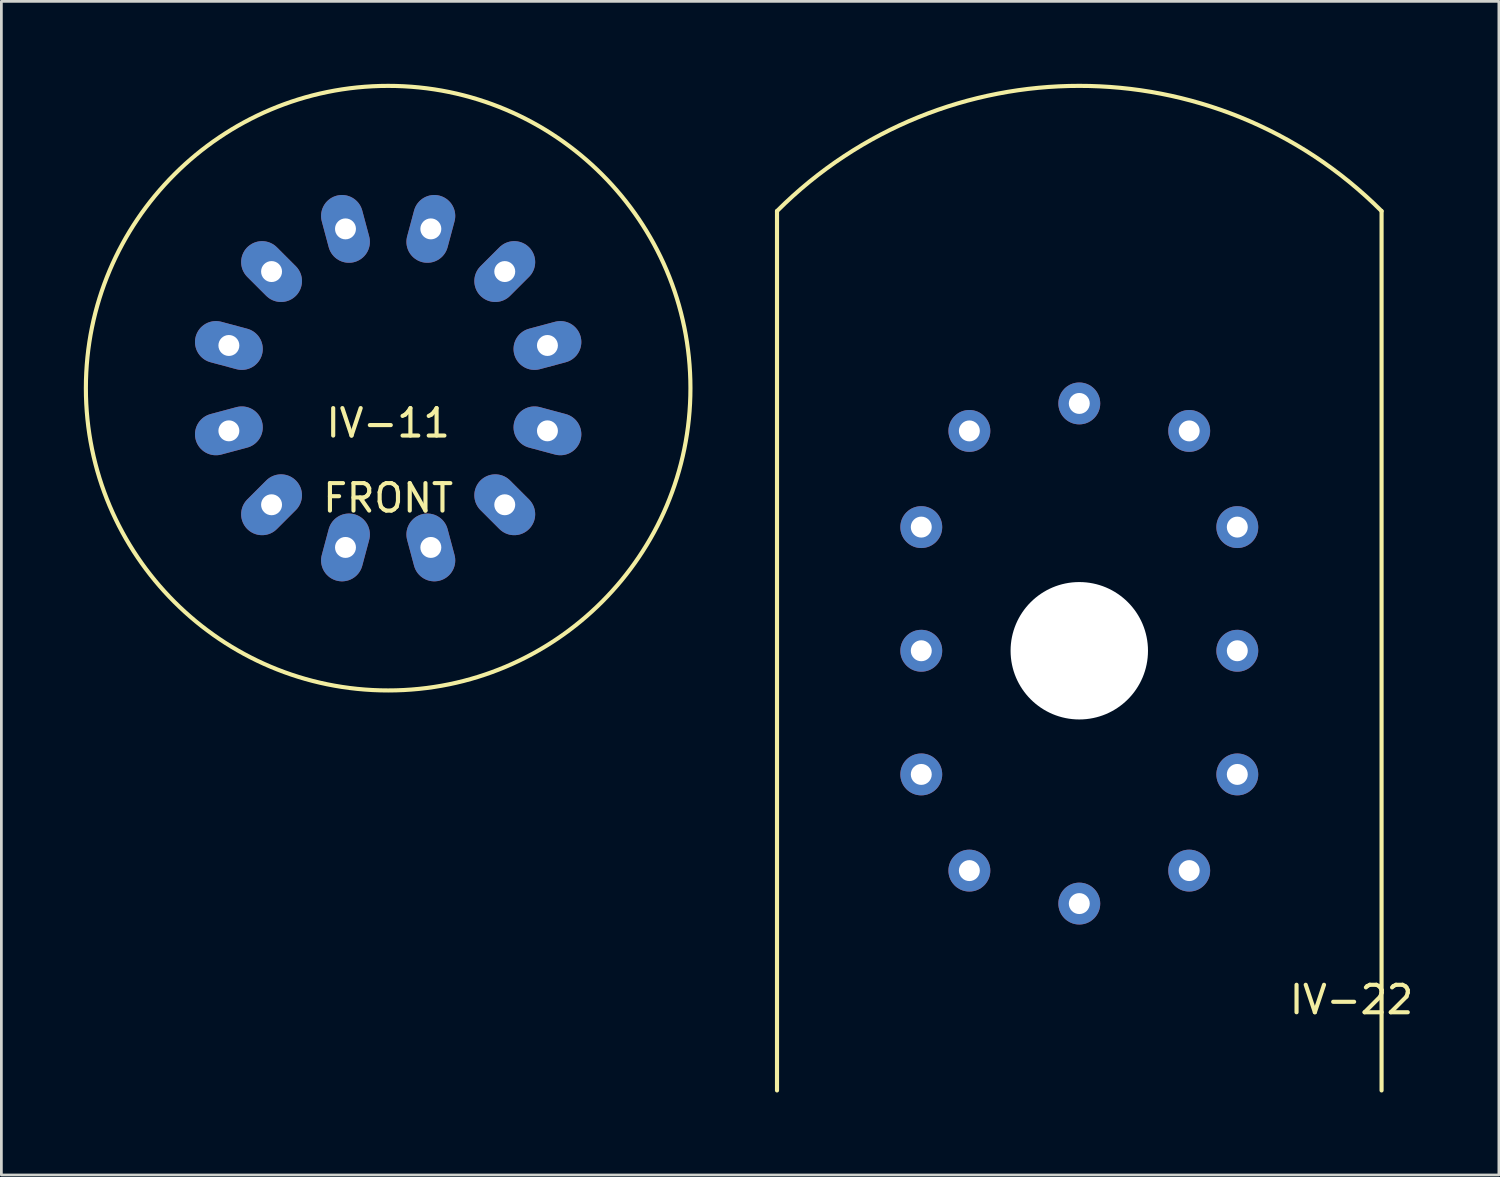
<source format=kicad_pcb>
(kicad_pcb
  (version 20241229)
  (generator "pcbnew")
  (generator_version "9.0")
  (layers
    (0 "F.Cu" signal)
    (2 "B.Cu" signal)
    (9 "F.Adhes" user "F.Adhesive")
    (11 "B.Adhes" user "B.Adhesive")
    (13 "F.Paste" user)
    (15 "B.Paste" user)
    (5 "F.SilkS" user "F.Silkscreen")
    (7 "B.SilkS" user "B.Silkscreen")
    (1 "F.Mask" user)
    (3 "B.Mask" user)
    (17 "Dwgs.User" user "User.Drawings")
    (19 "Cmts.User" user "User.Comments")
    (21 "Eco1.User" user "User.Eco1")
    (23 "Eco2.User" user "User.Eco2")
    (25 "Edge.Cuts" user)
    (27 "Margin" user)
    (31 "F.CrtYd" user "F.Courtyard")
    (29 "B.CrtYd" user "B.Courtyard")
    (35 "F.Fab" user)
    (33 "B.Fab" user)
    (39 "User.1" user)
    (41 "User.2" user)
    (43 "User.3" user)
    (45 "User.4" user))
  (footprint "IV-11"
    (layer "F.Cu")
    (at 11.075 11.075)
    (property "Reference" "IV-11" (at 0 1.27 0) (layer "F.SilkS") (effects (font (size 1 1) (thickness 0.15))))
    (attr through_hole)
    (fp_circle (center 0 0) (end 11 0) (stroke (width 0.15) (type solid)) (fill no) (layer "F.SilkS"))
    (fp_text user "FRONT" (at 0 4 0) (layer "F.SilkS") (effects (font (size 1 1) (thickness 0.15))))
    (pad "1" thru_hole oval (at 1.553 5.796 105) (size 2.5 1.524) (drill 0.762) (layers "*.Cu" "*.Mask"))
    (pad "2" thru_hole oval (at 4.243 4.243 135) (size 2.5 1.524) (drill 0.762) (layers "*.Cu" "*.Mask"))
    (pad "3" thru_hole oval (at 5.796 1.553 165) (size 2.5 1.524) (drill 0.762) (layers "*.Cu" "*.Mask"))
    (pad "4" thru_hole oval (at 5.796 -1.553 195) (size 2.5 1.524) (drill 0.762) (layers "*.Cu" "*.Mask"))
    (pad "5" thru_hole oval (at 4.243 -4.243 225) (size 2.5 1.524) (drill 0.762) (layers "*.Cu" "*.Mask"))
    (pad "6" thru_hole oval (at 1.553 -5.796 255) (size 2.5 1.524) (drill 0.762) (layers "*.Cu" "*.Mask"))
    (pad "7" thru_hole oval (at -1.553 -5.796 285) (size 2.5 1.524) (drill 0.762) (layers "*.Cu" "*.Mask"))
    (pad "8" thru_hole oval (at -4.243 -4.243 315) (size 2.5 1.524) (drill 0.762) (layers "*.Cu" "*.Mask"))
    (pad "9" thru_hole oval (at -5.796 -1.553 345) (size 2.5 1.524) (drill 0.762) (layers "*.Cu" "*.Mask"))
    (pad "10" thru_hole oval (at -5.796 1.553 15) (size 2.5 1.524) (drill 0.762) (layers "*.Cu" "*.Mask"))
    (pad "11" thru_hole oval (at -4.243 4.243 45) (size 2.5 1.524) (drill 0.762) (layers "*.Cu" "*.Mask"))
    (pad "12" thru_hole oval (at -1.553 5.796 75) (size 2.5 1.524) (drill 0.762) (layers "*.Cu" "*.Mask")))
  (footprint "IV-22"
    (layer "F.Cu")
    (at 36.225 20.631)
    (property "Reference" "IV-22" (at 9.906 12.7 0) (layer "F.SilkS") (effects (font (size 1 1) (thickness 0.15))))
    (attr through_hole)
    (fp_line (start -11 -16) (end -11 16) (stroke (width 0.15) (type solid)) (layer "F.SilkS"))
    (fp_line (start 11 -16) (end 11 16) (stroke (width 0.15) (type solid)) (layer "F.SilkS"))
    (fp_arc (start -11 -16) (mid 0 -20.556349) (end 11 -16) (stroke (width 0.15) (type solid)) (layer "F.SilkS"))
    (pad "" np_thru_hole circle (at 0 0) (size 5 5) (drill 5) (layers "*.Cu" "*.Mask"))
    (pad "1" thru_hole circle (at 4 -8) (size 1.524 1.524) (drill 0.762) (layers "*.Cu" "*.Mask"))
    (pad "2" thru_hole circle (at 5.75 -4.5) (size 1.524 1.524) (drill 0.762) (layers "*.Cu" "*.Mask"))
    (pad "3" thru_hole circle (at 5.75 0) (size 1.524 1.524) (drill 0.762) (layers "*.Cu" "*.Mask"))
    (pad "4" thru_hole circle (at 5.75 4.5) (size 1.524 1.524) (drill 0.762) (layers "*.Cu" "*.Mask"))
    (pad "5" thru_hole circle (at 4 8) (size 1.524 1.524) (drill 0.762) (layers "*.Cu" "*.Mask"))
    (pad "6" thru_hole circle (at 0 9.2) (size 1.524 1.524) (drill 0.762) (layers "*.Cu" "*.Mask"))
    (pad "7" thru_hole circle (at -4 8) (size 1.524 1.524) (drill 0.762) (layers "*.Cu" "*.Mask"))
    (pad "8" thru_hole circle (at -5.75 4.5) (size 1.524 1.524) (drill 0.762) (layers "*.Cu" "*.Mask"))
    (pad "9" thru_hole circle (at -5.75 0) (size 1.524 1.524) (drill 0.762) (layers "*.Cu" "*.Mask"))
    (pad "10" thru_hole circle (at -5.75 -4.5) (size 1.524 1.524) (drill 0.762) (layers "*.Cu" "*.Mask"))
    (pad "11" thru_hole circle (at -4 -8) (size 1.524 1.524) (drill 0.762) (layers "*.Cu" "*.Mask"))
    (pad "12" thru_hole circle (at 0 -9) (size 1.524 1.524) (drill 0.762) (layers "*.Cu" "*.Mask")))
  (gr_rect
    (start -3 -3)
    (end 51.494 39.706)
    (stroke (width 0.1) (type default))
    (fill no)
    (layer "Edge.Cuts")))
</source>
